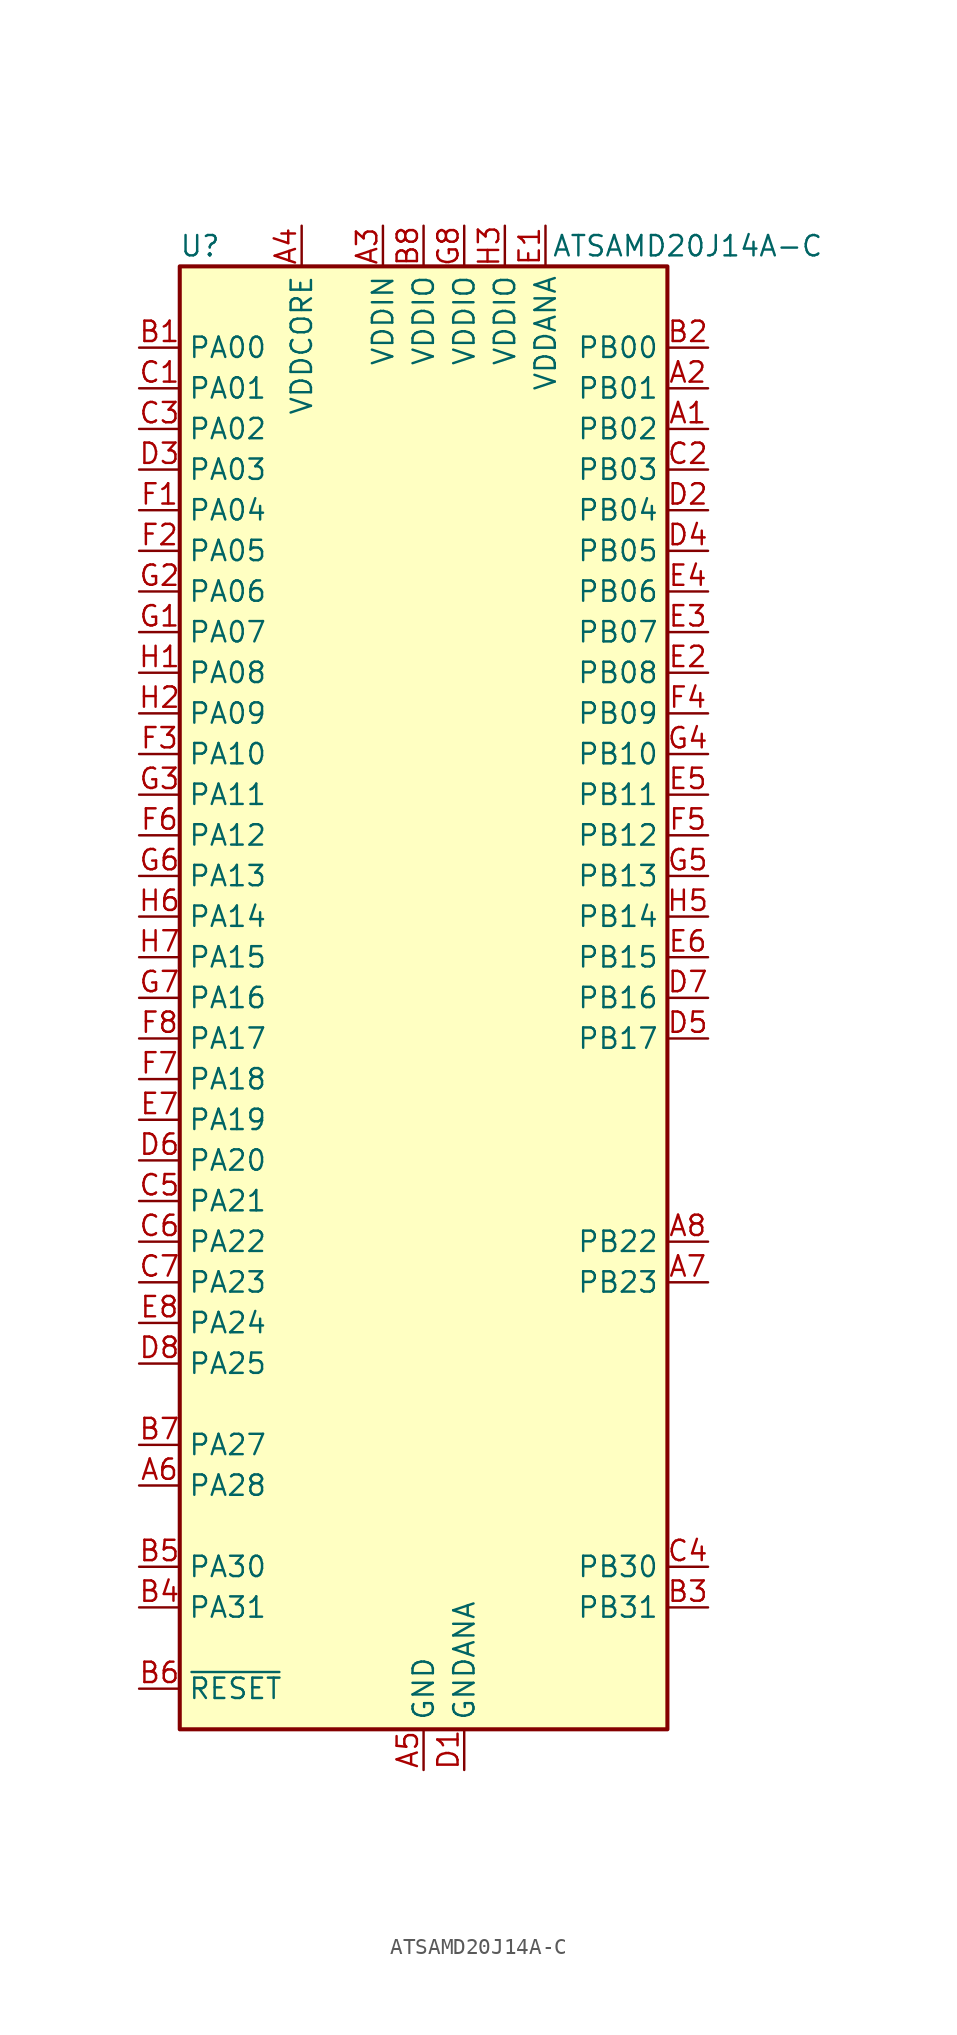
<source format=kicad_sym>
(kicad_symbol_lib
  (version 20211014)
  (generator kicad_symbol_editor)
  (symbol "ATSAMD20J14A-C"
    (property "Reference" "U"
      (at -13.97 46.99 0)
      (effects (font (size 1.27 1.27))))
    (property "Value" "ATSAMD20J14A-C"
      (at 16.51 46.99 0)
      (effects (font (size 1.27 1.27))))
    (symbol "ATSAMD20J14A-C_0_1"
      (rectangle (start -15.24 45.72) (end 15.24 -45.72) (stroke (width 0.254) (type default) (color 0 0 0 0)) (fill (type background))))
    (symbol "ATSAMD20J14A-C_1_1"
      (pin bidirectional line (at 17.78 35.56 180) (length 2.54) (name "PB02" (effects (font (size 1.27 1.27)))) (number "A1" (effects (font (size 1.27 1.27)))))
      (pin bidirectional line (at 17.78 38.1 180) (length 2.54) (name "PB01" (effects (font (size 1.27 1.27)))) (number "A2" (effects (font (size 1.27 1.27)))))
      (pin power_in line (at -2.54 48.26 270) (length 2.54) (name "VDDIN" (effects (font (size 1.27 1.27)))) (number "A3" (effects (font (size 1.27 1.27)))))
      (pin power_out line (at -7.62 48.26 270) (length 2.54) (name "VDDCORE" (effects (font (size 1.27 1.27)))) (number "A4" (effects (font (size 1.27 1.27)))))
      (pin power_in line (at 0 -48.26 90) (length 2.54) (name "GND" (effects (font (size 1.27 1.27)))) (number "A5" (effects (font (size 1.27 1.27)))))
      (pin bidirectional line (at -17.78 -30.48 0) (length 2.54) (name "PA28" (effects (font (size 1.27 1.27)))) (number "A6" (effects (font (size 1.27 1.27)))))
      (pin bidirectional line (at 17.78 -17.78 180) (length 2.54) (name "PB23" (effects (font (size 1.27 1.27)))) (number "A7" (effects (font (size 1.27 1.27)))))
      (pin bidirectional line (at 17.78 -15.24 180) (length 2.54) (name "PB22" (effects (font (size 1.27 1.27)))) (number "A8" (effects (font (size 1.27 1.27)))))
      (pin bidirectional line (at -17.78 40.64 0) (length 2.54) (name "PA00" (effects (font (size 1.27 1.27)))) (number "B1" (effects (font (size 1.27 1.27)))))
      (pin bidirectional line (at 17.78 40.64 180) (length 2.54) (name "PB00" (effects (font (size 1.27 1.27)))) (number "B2" (effects (font (size 1.27 1.27)))))
      (pin bidirectional line (at 17.78 -38.1 180) (length 2.54) (name "PB31" (effects (font (size 1.27 1.27)))) (number "B3" (effects (font (size 1.27 1.27)))))
      (pin bidirectional line (at -17.78 -38.1 0) (length 2.54) (name "PA31" (effects (font (size 1.27 1.27)))) (number "B4" (effects (font (size 1.27 1.27)))))
      (pin bidirectional line (at -17.78 -35.56 0) (length 2.54) (name "PA30" (effects (font (size 1.27 1.27)))) (number "B5" (effects (font (size 1.27 1.27)))))
      (pin input line (at -17.78 -43.18 0) (length 2.54) (name "~{RESET}" (effects (font (size 1.27 1.27)))) (number "B6" (effects (font (size 1.27 1.27)))))
      (pin bidirectional line (at -17.78 -27.94 0) (length 2.54) (name "PA27" (effects (font (size 1.27 1.27)))) (number "B7" (effects (font (size 1.27 1.27)))))
      (pin power_in line (at 0 48.26 270) (length 2.54) (name "VDDIO" (effects (font (size 1.27 1.27)))) (number "B8" (effects (font (size 1.27 1.27)))))
      (pin bidirectional line (at -17.78 38.1 0) (length 2.54) (name "PA01" (effects (font (size 1.27 1.27)))) (number "C1" (effects (font (size 1.27 1.27)))))
      (pin bidirectional line (at 17.78 33.02 180) (length 2.54) (name "PB03" (effects (font (size 1.27 1.27)))) (number "C2" (effects (font (size 1.27 1.27)))))
      (pin bidirectional line (at -17.78 35.56 0) (length 2.54) (name "PA02" (effects (font (size 1.27 1.27)))) (number "C3" (effects (font (size 1.27 1.27)))))
      (pin bidirectional line (at 17.78 -35.56 180) (length 2.54) (name "PB30" (effects (font (size 1.27 1.27)))) (number "C4" (effects (font (size 1.27 1.27)))))
      (pin bidirectional line (at -17.78 -12.7 0) (length 2.54) (name "PA21" (effects (font (size 1.27 1.27)))) (number "C5" (effects (font (size 1.27 1.27)))))
      (pin bidirectional line (at -17.78 -15.24 0) (length 2.54) (name "PA22" (effects (font (size 1.27 1.27)))) (number "C6" (effects (font (size 1.27 1.27)))))
      (pin bidirectional line (at -17.78 -17.78 0) (length 2.54) (name "PA23" (effects (font (size 1.27 1.27)))) (number "C7" (effects (font (size 1.27 1.27)))))
      (pin passive line (at 0 -48.26 90) (length 2.54) hide (name "GND" (effects (font (size 1.27 1.27)))) (number "C8" (effects (font (size 1.27 1.27)))))
      (pin power_in line (at 2.54 -48.26 90) (length 2.54) (name "GNDANA" (effects (font (size 1.27 1.27)))) (number "D1" (effects (font (size 1.27 1.27)))))
      (pin bidirectional line (at 17.78 30.48 180) (length 2.54) (name "PB04" (effects (font (size 1.27 1.27)))) (number "D2" (effects (font (size 1.27 1.27)))))
      (pin bidirectional line (at -17.78 33.02 0) (length 2.54) (name "PA03" (effects (font (size 1.27 1.27)))) (number "D3" (effects (font (size 1.27 1.27)))))
      (pin bidirectional line (at 17.78 27.94 180) (length 2.54) (name "PB05" (effects (font (size 1.27 1.27)))) (number "D4" (effects (font (size 1.27 1.27)))))
      (pin bidirectional line (at 17.78 -2.54 180) (length 2.54) (name "PB17" (effects (font (size 1.27 1.27)))) (number "D5" (effects (font (size 1.27 1.27)))))
      (pin bidirectional line (at -17.78 -10.16 0) (length 2.54) (name "PA20" (effects (font (size 1.27 1.27)))) (number "D6" (effects (font (size 1.27 1.27)))))
      (pin bidirectional line (at 17.78 0 180) (length 2.54) (name "PB16" (effects (font (size 1.27 1.27)))) (number "D7" (effects (font (size 1.27 1.27)))))
      (pin bidirectional line (at -17.78 -22.86 0) (length 2.54) (name "PA25" (effects (font (size 1.27 1.27)))) (number "D8" (effects (font (size 1.27 1.27)))))
      (pin power_in line (at 7.62 48.26 270) (length 2.54) (name "VDDANA" (effects (font (size 1.27 1.27)))) (number "E1" (effects (font (size 1.27 1.27)))))
      (pin bidirectional line (at 17.78 20.32 180) (length 2.54) (name "PB08" (effects (font (size 1.27 1.27)))) (number "E2" (effects (font (size 1.27 1.27)))))
      (pin bidirectional line (at 17.78 22.86 180) (length 2.54) (name "PB07" (effects (font (size 1.27 1.27)))) (number "E3" (effects (font (size 1.27 1.27)))))
      (pin bidirectional line (at 17.78 25.4 180) (length 2.54) (name "PB06" (effects (font (size 1.27 1.27)))) (number "E4" (effects (font (size 1.27 1.27)))))
      (pin bidirectional line (at 17.78 12.7 180) (length 2.54) (name "PB11" (effects (font (size 1.27 1.27)))) (number "E5" (effects (font (size 1.27 1.27)))))
      (pin bidirectional line (at 17.78 2.54 180) (length 2.54) (name "PB15" (effects (font (size 1.27 1.27)))) (number "E6" (effects (font (size 1.27 1.27)))))
      (pin bidirectional line (at -17.78 -7.62 0) (length 2.54) (name "PA19" (effects (font (size 1.27 1.27)))) (number "E7" (effects (font (size 1.27 1.27)))))
      (pin bidirectional line (at -17.78 -20.32 0) (length 2.54) (name "PA24" (effects (font (size 1.27 1.27)))) (number "E8" (effects (font (size 1.27 1.27)))))
      (pin bidirectional line (at -17.78 30.48 0) (length 2.54) (name "PA04" (effects (font (size 1.27 1.27)))) (number "F1" (effects (font (size 1.27 1.27)))))
      (pin bidirectional line (at -17.78 27.94 0) (length 2.54) (name "PA05" (effects (font (size 1.27 1.27)))) (number "F2" (effects (font (size 1.27 1.27)))))
      (pin bidirectional line (at -17.78 15.24 0) (length 2.54) (name "PA10" (effects (font (size 1.27 1.27)))) (number "F3" (effects (font (size 1.27 1.27)))))
      (pin bidirectional line (at 17.78 17.78 180) (length 2.54) (name "PB09" (effects (font (size 1.27 1.27)))) (number "F4" (effects (font (size 1.27 1.27)))))
      (pin bidirectional line (at 17.78 10.16 180) (length 2.54) (name "PB12" (effects (font (size 1.27 1.27)))) (number "F5" (effects (font (size 1.27 1.27)))))
      (pin bidirectional line (at -17.78 10.16 0) (length 2.54) (name "PA12" (effects (font (size 1.27 1.27)))) (number "F6" (effects (font (size 1.27 1.27)))))
      (pin bidirectional line (at -17.78 -5.08 0) (length 2.54) (name "PA18" (effects (font (size 1.27 1.27)))) (number "F7" (effects (font (size 1.27 1.27)))))
      (pin bidirectional line (at -17.78 -2.54 0) (length 2.54) (name "PA17" (effects (font (size 1.27 1.27)))) (number "F8" (effects (font (size 1.27 1.27)))))
      (pin bidirectional line (at -17.78 22.86 0) (length 2.54) (name "PA07" (effects (font (size 1.27 1.27)))) (number "G1" (effects (font (size 1.27 1.27)))))
      (pin bidirectional line (at -17.78 25.4 0) (length 2.54) (name "PA06" (effects (font (size 1.27 1.27)))) (number "G2" (effects (font (size 1.27 1.27)))))
      (pin bidirectional line (at -17.78 12.7 0) (length 2.54) (name "PA11" (effects (font (size 1.27 1.27)))) (number "G3" (effects (font (size 1.27 1.27)))))
      (pin bidirectional line (at 17.78 15.24 180) (length 2.54) (name "PB10" (effects (font (size 1.27 1.27)))) (number "G4" (effects (font (size 1.27 1.27)))))
      (pin bidirectional line (at 17.78 7.62 180) (length 2.54) (name "PB13" (effects (font (size 1.27 1.27)))) (number "G5" (effects (font (size 1.27 1.27)))))
      (pin bidirectional line (at -17.78 7.62 0) (length 2.54) (name "PA13" (effects (font (size 1.27 1.27)))) (number "G6" (effects (font (size 1.27 1.27)))))
      (pin bidirectional line (at -17.78 0 0) (length 2.54) (name "PA16" (effects (font (size 1.27 1.27)))) (number "G7" (effects (font (size 1.27 1.27)))))
      (pin power_in line (at 2.54 48.26 270) (length 2.54) (name "VDDIO" (effects (font (size 1.27 1.27)))) (number "G8" (effects (font (size 1.27 1.27)))))
      (pin bidirectional line (at -17.78 20.32 0) (length 2.54) (name "PA08" (effects (font (size 1.27 1.27)))) (number "H1" (effects (font (size 1.27 1.27)))))
      (pin bidirectional line (at -17.78 17.78 0) (length 2.54) (name "PA09" (effects (font (size 1.27 1.27)))) (number "H2" (effects (font (size 1.27 1.27)))))
      (pin power_in line (at 5.08 48.26 270) (length 2.54) (name "VDDIO" (effects (font (size 1.27 1.27)))) (number "H3" (effects (font (size 1.27 1.27)))))
      (pin passive line (at 0 -48.26 90) (length 2.54) hide (name "GND" (effects (font (size 1.27 1.27)))) (number "H4" (effects (font (size 1.27 1.27)))))
      (pin bidirectional line (at 17.78 5.08 180) (length 2.54) (name "PB14" (effects (font (size 1.27 1.27)))) (number "H5" (effects (font (size 1.27 1.27)))))
      (pin bidirectional line (at -17.78 5.08 0) (length 2.54) (name "PA14" (effects (font (size 1.27 1.27)))) (number "H6" (effects (font (size 1.27 1.27)))))
      (pin bidirectional line (at -17.78 2.54 0) (length 2.54) (name "PA15" (effects (font (size 1.27 1.27)))) (number "H7" (effects (font (size 1.27 1.27)))))
      (pin passive line (at 0 -48.26 90) (length 2.54) hide (name "GND" (effects (font (size 1.27 1.27)))) (number "H8" (effects (font (size 1.27 1.27))))))))
</source>
